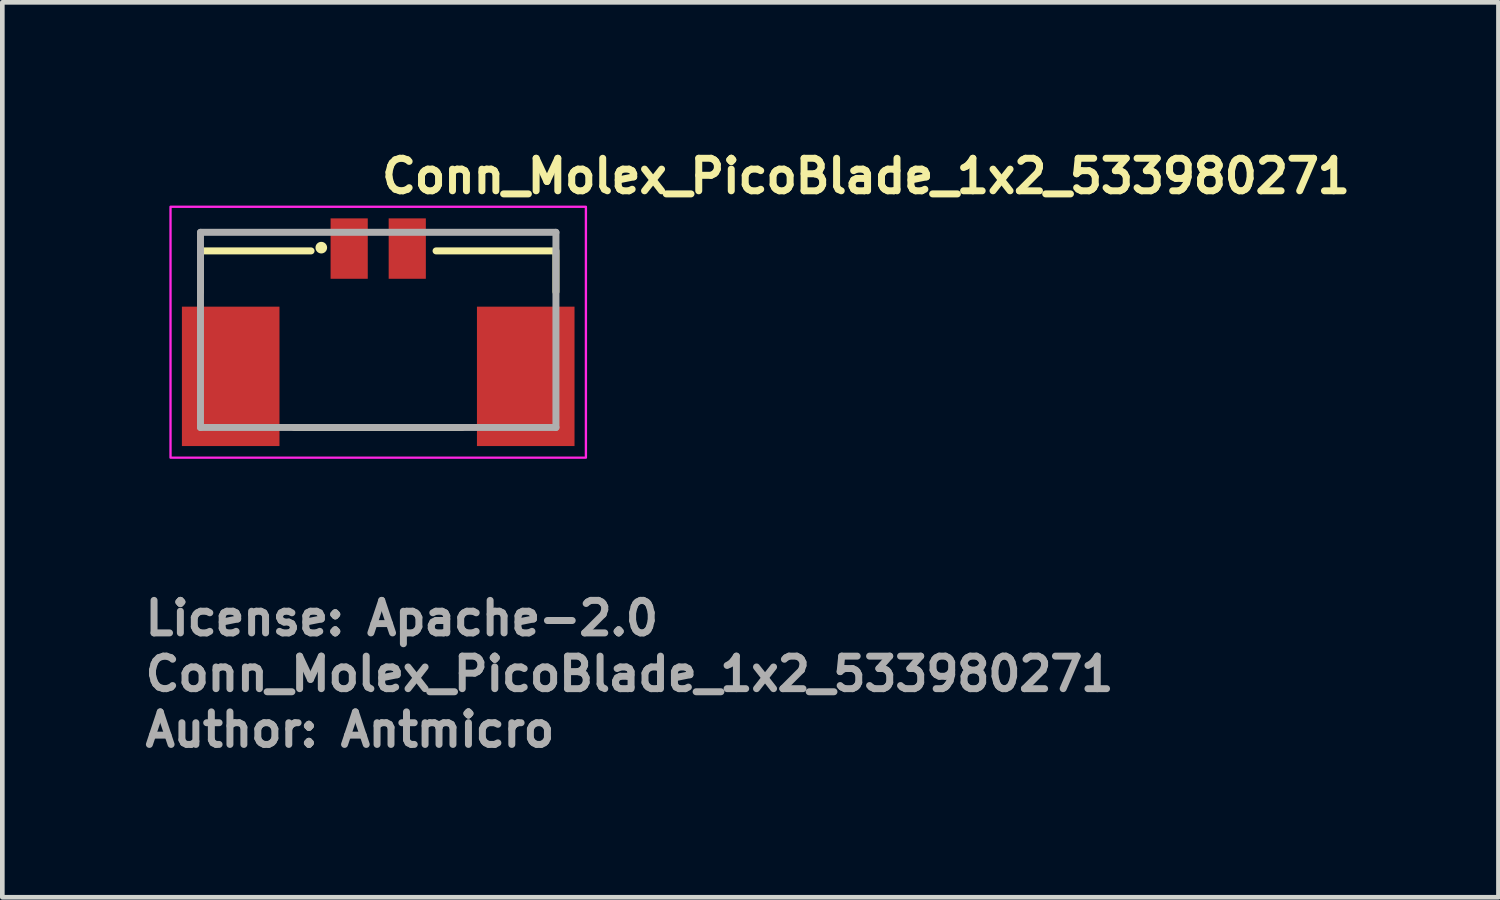
<source format=kicad_pcb>
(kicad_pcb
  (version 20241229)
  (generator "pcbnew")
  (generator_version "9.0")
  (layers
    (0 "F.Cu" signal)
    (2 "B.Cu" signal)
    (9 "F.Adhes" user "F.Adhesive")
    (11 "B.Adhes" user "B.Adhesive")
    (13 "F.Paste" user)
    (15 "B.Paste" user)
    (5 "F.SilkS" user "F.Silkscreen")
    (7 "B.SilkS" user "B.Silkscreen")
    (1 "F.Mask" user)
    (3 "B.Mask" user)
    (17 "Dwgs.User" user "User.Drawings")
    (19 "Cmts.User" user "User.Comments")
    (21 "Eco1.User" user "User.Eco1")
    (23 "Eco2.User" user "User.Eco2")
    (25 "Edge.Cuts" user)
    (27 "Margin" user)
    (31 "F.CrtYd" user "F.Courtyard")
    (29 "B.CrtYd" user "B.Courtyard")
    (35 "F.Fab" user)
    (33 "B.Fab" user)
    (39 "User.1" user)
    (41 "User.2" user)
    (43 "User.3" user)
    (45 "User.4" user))
  (footprint "Conn_Molex_PicoBlade_1x2_533980271"
    (layer "F.Cu")
    (at 5.09 4.05)
    (property "Reference" "Conn_Molex_PicoBlade_1x2_533980271" (at 0 -2.9 0) (layer "F.SilkS") (effects (font (size 0.7 0.7) (thickness 0.15)) (justify left bottom)))
    (attr smd)
    (fp_line (start -3.825 -0.82) (end -3.825 -1.7) (stroke (width 0.15) (type solid)) (layer "F.SilkS"))
    (fp_line (start -3.8 -1.7) (end -1.445 -1.7) (stroke (width 0.15) (type solid)) (layer "F.SilkS"))
    (fp_line (start -1.805 2.1) (end 1.805 2.1) (stroke (width 0.15) (type solid)) (layer "F.SilkS"))
    (fp_line (start 1.245 -1.7) (end 3.8 -1.7) (stroke (width 0.15) (type solid)) (layer "F.SilkS"))
    (fp_line (start 3.825 -1.7) (end 3.825 -0.82) (stroke (width 0.15) (type solid)) (layer "F.SilkS"))
    (fp_circle (center -1.225 -1.77) (end -1.175 -1.77) (stroke (width 0.15) (type solid)) (fill yes) (layer "F.SilkS"))
    (fp_rect (start -4.47 -2.65) (end 4.47 2.75) (stroke (width 0.05) (type solid)) (fill no) (layer "F.CrtYd"))
    (fp_line (start -3.825 -2.1) (end 3.825 -2.1) (stroke (width 0.15) (type solid)) (layer "F.Fab"))
    (fp_line (start -3.825 2.1) (end -3.825 -2.1) (stroke (width 0.15) (type solid)) (layer "F.Fab"))
    (fp_line (start 3.825 -2.1) (end 3.825 2.1) (stroke (width 0.15) (type solid)) (layer "F.Fab"))
    (fp_line (start 3.825 2.1) (end -3.825 2.1) (stroke (width 0.15) (type solid)) (layer "F.Fab"))
    (fp_rect (start -3.825 -2.1) (end 3.825 2.1) (stroke (width 0.1) (type solid)) (fill no) (layer "User.5"))
    (fp_line (start -3.825 1.9) (end -3.825 0.1) (stroke (width 0.02) (type solid)) (layer "User.9"))
    (fp_line (start -3.625 -0.1) (end -3.825 0.1) (stroke (width 0.02) (type solid)) (layer "User.9"))
    (fp_line (start -3.625 2.1) (end -3.825 1.9) (stroke (width 0.02) (type solid)) (layer "User.9"))
    (fp_line (start -3.625 2.1) (end -3.625 -0.7) (stroke (width 0.02) (type solid)) (layer "User.9"))
    (fp_line (start -2.325 -0.7) (end -3.625 -0.7) (stroke (width 0.02) (type solid)) (layer "User.9"))
    (fp_line (start -2.325 2.1) (end -3.625 2.1) (stroke (width 0.02) (type solid)) (layer "User.9"))
    (fp_line (start -2.325 2.1) (end -2.325 -0.7) (stroke (width 0.02) (type solid)) (layer "User.9"))
    (fp_line (start -2.125 -1.6) (end -2.125 -1.3) (stroke (width 0.02) (type solid)) (layer "User.9"))
    (fp_line (start -2.125 -0.7) (end -2.325 -0.7) (stroke (width 0.02) (type solid)) (layer "User.9"))
    (fp_line (start -2.125 -0.7) (end -2.125 -1.3) (stroke (width 0.02) (type solid)) (layer "User.9"))
    (fp_line (start -2.125 -0.7) (end -2.125 2.1) (stroke (width 0.02) (type solid)) (layer "User.9"))
    (fp_line (start -2.125 2.1) (end -2.325 2.1) (stroke (width 0.02) (type solid)) (layer "User.9"))
    (fp_line (start -2.125 2.1) (end -0.2 2.1) (stroke (width 0.02) (type solid)) (layer "User.9"))
    (fp_line (start -1.825 -0.7) (end -2.125 -0.7) (stroke (width 0.02) (type solid)) (layer "User.9"))
    (fp_line (start -1.825 -0.7) (end -1.825 0.15) (stroke (width 0.02) (type solid)) (layer "User.9"))
    (fp_line (start -1.825 -0.7) (end -1.525 -0.7) (stroke (width 0.02) (type solid)) (layer "User.9"))
    (fp_line (start -1.825 0.15) (end -1.825 0.9) (stroke (width 0.02) (type solid)) (layer "User.9"))
    (fp_line (start -1.825 0.15) (end -1.525 0.15) (stroke (width 0.02) (type solid)) (layer "User.9"))
    (fp_line (start -1.825 0.9) (end -1.825 2) (stroke (width 0.02) (type solid)) (layer "User.9"))
    (fp_line (start -1.825 0.9) (end -1.525 0.9) (stroke (width 0.02) (type solid)) (layer "User.9"))
    (fp_line (start -1.825 2) (end -1.525 1.7) (stroke (width 0.02) (type solid)) (layer "User.9"))
    (fp_line (start -1.825 2) (end -0.2 2) (stroke (width 0.02) (type solid)) (layer "User.9"))
    (fp_line (start -1.525 -0.7) (end -1.525 -1) (stroke (width 0.02) (type solid)) (layer "User.9"))
    (fp_line (start -1.525 -0.7) (end -1.525 0.15) (stroke (width 0.02) (type solid)) (layer "User.9"))
    (fp_line (start -1.525 0.9) (end -1.525 1.7) (stroke (width 0.02) (type solid)) (layer "User.9"))
    (fp_line (start -1.525 1.7) (end -0.2 1.7) (stroke (width 0.02) (type solid)) (layer "User.9"))
    (fp_line (start -1.175 -1.3) (end -2.125 -1.3) (stroke (width 0.02) (type solid)) (layer "User.9"))
    (fp_line (start -1.175 -1.3) (end -1.175 -1) (stroke (width 0.02) (type solid)) (layer "User.9"))
    (fp_line (start -1.175 -1) (end -1.525 -1) (stroke (width 0.02) (type solid)) (layer "User.9"))
    (fp_line (start -1.175 -0.7) (end -1.525 -0.7) (stroke (width 0.02) (type solid)) (layer "User.9"))
    (fp_line (start -1.175 -0.7) (end -1.175 -1) (stroke (width 0.02) (type solid)) (layer "User.9"))
    (fp_line (start -0.785 -2.1) (end -0.465 -2.1) (stroke (width 0.02) (type solid)) (layer "User.9"))
    (fp_line (start -0.785 -2) (end -0.785 -2.1) (stroke (width 0.02) (type solid)) (layer "User.9"))
    (fp_line (start -0.785 -2) (end -0.465 -2) (stroke (width 0.02) (type solid)) (layer "User.9"))
    (fp_line (start -0.785 -1.6) (end -0.785 -2) (stroke (width 0.02) (type solid)) (layer "User.9"))
    (fp_line (start -0.785 0.575) (end -0.785 1.375) (stroke (width 0.02) (type solid)) (layer "User.9"))
    (fp_line (start -0.785 0.575) (end -0.685 0.65) (stroke (width 0.02) (type solid)) (layer "User.9"))
    (fp_line (start -0.785 1.375) (end -0.685 1.25) (stroke (width 0.02) (type solid)) (layer "User.9"))
    (fp_line (start -0.785 1.375) (end -0.465 1.375) (stroke (width 0.02) (type solid)) (layer "User.9"))
    (fp_line (start -0.685 0.65) (end -0.685 1.25) (stroke (width 0.02) (type solid)) (layer "User.9"))
    (fp_line (start -0.685 1.25) (end -0.565 1.25) (stroke (width 0.02) (type solid)) (layer "User.9"))
    (fp_line (start -0.565 0.65) (end -0.685 0.65) (stroke (width 0.02) (type solid)) (layer "User.9"))
    (fp_line (start -0.565 1.25) (end -0.565 0.65) (stroke (width 0.02) (type solid)) (layer "User.9"))
    (fp_line (start -0.465 -2) (end -0.465 -2.1) (stroke (width 0.02) (type solid)) (layer "User.9"))
    (fp_line (start -0.465 -1.6) (end -0.465 -2) (stroke (width 0.02) (type solid)) (layer "User.9"))
    (fp_line (start -0.465 0.575) (end -0.785 0.575) (stroke (width 0.02) (type solid)) (layer "User.9"))
    (fp_line (start -0.465 0.575) (end -0.565 0.65) (stroke (width 0.02) (type solid)) (layer "User.9"))
    (fp_line (start -0.465 1.375) (end -0.565 1.25) (stroke (width 0.02) (type solid)) (layer "User.9"))
    (fp_line (start -0.465 1.375) (end -0.465 0.575) (stroke (width 0.02) (type solid)) (layer "User.9"))
    (fp_line (start -0.2 2) (end -0.2 1.7) (stroke (width 0.02) (type solid)) (layer "User.9"))
    (fp_line (start -0.2 2.1) (end -0.2 2) (stroke (width 0.02) (type solid)) (layer "User.9"))
    (fp_line (start 0.2 1.7) (end -0.2 1.7) (stroke (width 0.02) (type solid)) (layer "User.9"))
    (fp_line (start 0.2 1.7) (end 1.525 1.7) (stroke (width 0.02) (type solid)) (layer "User.9"))
    (fp_line (start 0.2 2) (end 0.2 1.7) (stroke (width 0.02) (type solid)) (layer "User.9"))
    (fp_line (start 0.2 2) (end 1.825 2) (stroke (width 0.02) (type solid)) (layer "User.9"))
    (fp_line (start 0.2 2.1) (end -0.2 2.1) (stroke (width 0.02) (type solid)) (layer "User.9"))
    (fp_line (start 0.2 2.1) (end 0.2 2) (stroke (width 0.02) (type solid)) (layer "User.9"))
    (fp_line (start 0.2 2.1) (end 2.125 2.1) (stroke (width 0.02) (type solid)) (layer "User.9"))
    (fp_line (start 0.465 -2.1) (end 0.785 -2.1) (stroke (width 0.02) (type solid)) (layer "User.9"))
    (fp_line (start 0.465 -2) (end 0.465 -2.1) (stroke (width 0.02) (type solid)) (layer "User.9"))
    (fp_line (start 0.465 -2) (end 0.785 -2) (stroke (width 0.02) (type solid)) (layer "User.9"))
    (fp_line (start 0.465 -1.6) (end 0.465 -2) (stroke (width 0.02) (type solid)) (layer "User.9"))
    (fp_line (start 0.465 0.575) (end 0.465 1.375) (stroke (width 0.02) (type solid)) (layer "User.9"))
    (fp_line (start 0.465 0.575) (end 0.565 0.65) (stroke (width 0.02) (type solid)) (layer "User.9"))
    (fp_line (start 0.465 1.375) (end 0.565 1.25) (stroke (width 0.02) (type solid)) (layer "User.9"))
    (fp_line (start 0.465 1.375) (end 0.785 1.375) (stroke (width 0.02) (type solid)) (layer "User.9"))
    (fp_line (start 0.565 0.65) (end 0.565 1.25) (stroke (width 0.02) (type solid)) (layer "User.9"))
    (fp_line (start 0.565 1.25) (end 0.685 1.25) (stroke (width 0.02) (type solid)) (layer "User.9"))
    (fp_line (start 0.685 0.65) (end 0.565 0.65) (stroke (width 0.02) (type solid)) (layer "User.9"))
    (fp_line (start 0.685 1.25) (end 0.685 0.65) (stroke (width 0.02) (type solid)) (layer "User.9"))
    (fp_line (start 0.785 -2) (end 0.785 -2.1) (stroke (width 0.02) (type solid)) (layer "User.9"))
    (fp_line (start 0.785 -1.6) (end 0.785 -2) (stroke (width 0.02) (type solid)) (layer "User.9"))
    (fp_line (start 0.785 0.575) (end 0.465 0.575) (stroke (width 0.02) (type solid)) (layer "User.9"))
    (fp_line (start 0.785 0.575) (end 0.685 0.65) (stroke (width 0.02) (type solid)) (layer "User.9"))
    (fp_line (start 0.785 1.375) (end 0.685 1.25) (stroke (width 0.02) (type solid)) (layer "User.9"))
    (fp_line (start 0.785 1.375) (end 0.785 0.575) (stroke (width 0.02) (type solid)) (layer "User.9"))
    (fp_line (start 1.175 -1.3) (end 2.125 -1.3) (stroke (width 0.02) (type solid)) (layer "User.9"))
    (fp_line (start 1.175 -1) (end 1.175 -1.3) (stroke (width 0.02) (type solid)) (layer "User.9"))
    (fp_line (start 1.175 -1) (end 1.525 -1) (stroke (width 0.02) (type solid)) (layer "User.9"))
    (fp_line (start 1.175 -0.7) (end 1.175 -1) (stroke (width 0.02) (type solid)) (layer "User.9"))
    (fp_line (start 1.175 -0.7) (end 1.525 -0.7) (stroke (width 0.02) (type solid)) (layer "User.9"))
    (fp_line (start 1.525 -0.7) (end 1.525 -1) (stroke (width 0.02) (type solid)) (layer "User.9"))
    (fp_line (start 1.525 0.15) (end 1.525 -0.7) (stroke (width 0.02) (type solid)) (layer "User.9"))
    (fp_line (start 1.525 1.7) (end 1.525 0.9) (stroke (width 0.02) (type solid)) (layer "User.9"))
    (fp_line (start 1.825 -0.7) (end 1.525 -0.7) (stroke (width 0.02) (type solid)) (layer "User.9"))
    (fp_line (start 1.825 0.15) (end 1.525 0.15) (stroke (width 0.02) (type solid)) (layer "User.9"))
    (fp_line (start 1.825 0.15) (end 1.825 -0.7) (stroke (width 0.02) (type solid)) (layer "User.9"))
    (fp_line (start 1.825 0.9) (end 1.525 0.9) (stroke (width 0.02) (type solid)) (layer "User.9"))
    (fp_line (start 1.825 0.9) (end 1.825 0.15) (stroke (width 0.02) (type solid)) (layer "User.9"))
    (fp_line (start 1.825 2) (end 1.525 1.7) (stroke (width 0.02) (type solid)) (layer "User.9"))
    (fp_line (start 1.825 2) (end 1.825 0.9) (stroke (width 0.02) (type solid)) (layer "User.9"))
    (fp_line (start 2.125 -1.6) (end -2.125 -1.6) (stroke (width 0.02) (type solid)) (layer "User.9"))
    (fp_line (start 2.125 -1.6) (end 2.125 -1.3) (stroke (width 0.02) (type solid)) (layer "User.9"))
    (fp_line (start 2.125 -0.7) (end 1.825 -0.7) (stroke (width 0.02) (type solid)) (layer "User.9"))
    (fp_line (start 2.125 -0.7) (end 2.125 -1.3) (stroke (width 0.02) (type solid)) (layer "User.9"))
    (fp_line (start 2.125 2.1) (end 2.125 -0.7) (stroke (width 0.02) (type solid)) (layer "User.9"))
    (fp_line (start 2.325 -0.7) (end 2.125 -0.7) (stroke (width 0.02) (type solid)) (layer "User.9"))
    (fp_line (start 2.325 2.1) (end 2.125 2.1) (stroke (width 0.02) (type solid)) (layer "User.9"))
    (fp_line (start 2.325 2.1) (end 2.325 -0.7) (stroke (width 0.02) (type solid)) (layer "User.9"))
    (fp_line (start 3.625 -0.7) (end 2.325 -0.7) (stroke (width 0.02) (type solid)) (layer "User.9"))
    (fp_line (start 3.625 -0.1) (end 3.825 0.1) (stroke (width 0.02) (type solid)) (layer "User.9"))
    (fp_line (start 3.625 2.1) (end 2.325 2.1) (stroke (width 0.02) (type solid)) (layer "User.9"))
    (fp_line (start 3.625 2.1) (end 3.625 -0.7) (stroke (width 0.02) (type solid)) (layer "User.9"))
    (fp_line (start 3.625 2.1) (end 3.825 1.9) (stroke (width 0.02) (type solid)) (layer "User.9"))
    (fp_line (start 3.825 1.9) (end 3.825 0.1) (stroke (width 0.02) (type solid)) (layer "User.9"))
    (fp_text user "License: Apache-2.0" (at -5.09 6.615 0) (layer "F.Fab") (effects (font (size 0.7 0.7) (thickness 0.15)) (justify left bottom)))
    (fp_text user "Author: Antmicro" (at -5.09 9.015 0) (layer "F.Fab") (effects (font (size 0.7 0.7) (thickness 0.15)) (justify left bottom)))
    (fp_text user "${REFERENCE}" (at -5.09 7.815 0) (layer "F.Fab") (effects (font (size 0.7 0.7) (thickness 0.15)) (justify left bottom)))
    (pad "1" smd rect (at -0.625 -1.75 180) (size 0.8 1.3) (layers "F.Cu" "F.Mask" "F.Paste"))
    (pad "2" smd rect (at 0.625 -1.75 180) (size 0.8 1.3) (layers "F.Cu" "F.Mask" "F.Paste"))
    (pad "SH" smd rect (at -3.175 1 180) (size 2.1 3) (layers "F.Cu" "F.Mask" "F.Paste"))
    (pad "SH" smd rect (at 3.175 1 180) (size 2.1 3) (layers "F.Cu" "F.Mask" "F.Paste")))
  (gr_rect
    (start -3 -3)
    (end 29.2 16.261)
    (stroke (width 0.1) (type default))
    (fill no)
    (layer "Edge.Cuts")))
</source>
